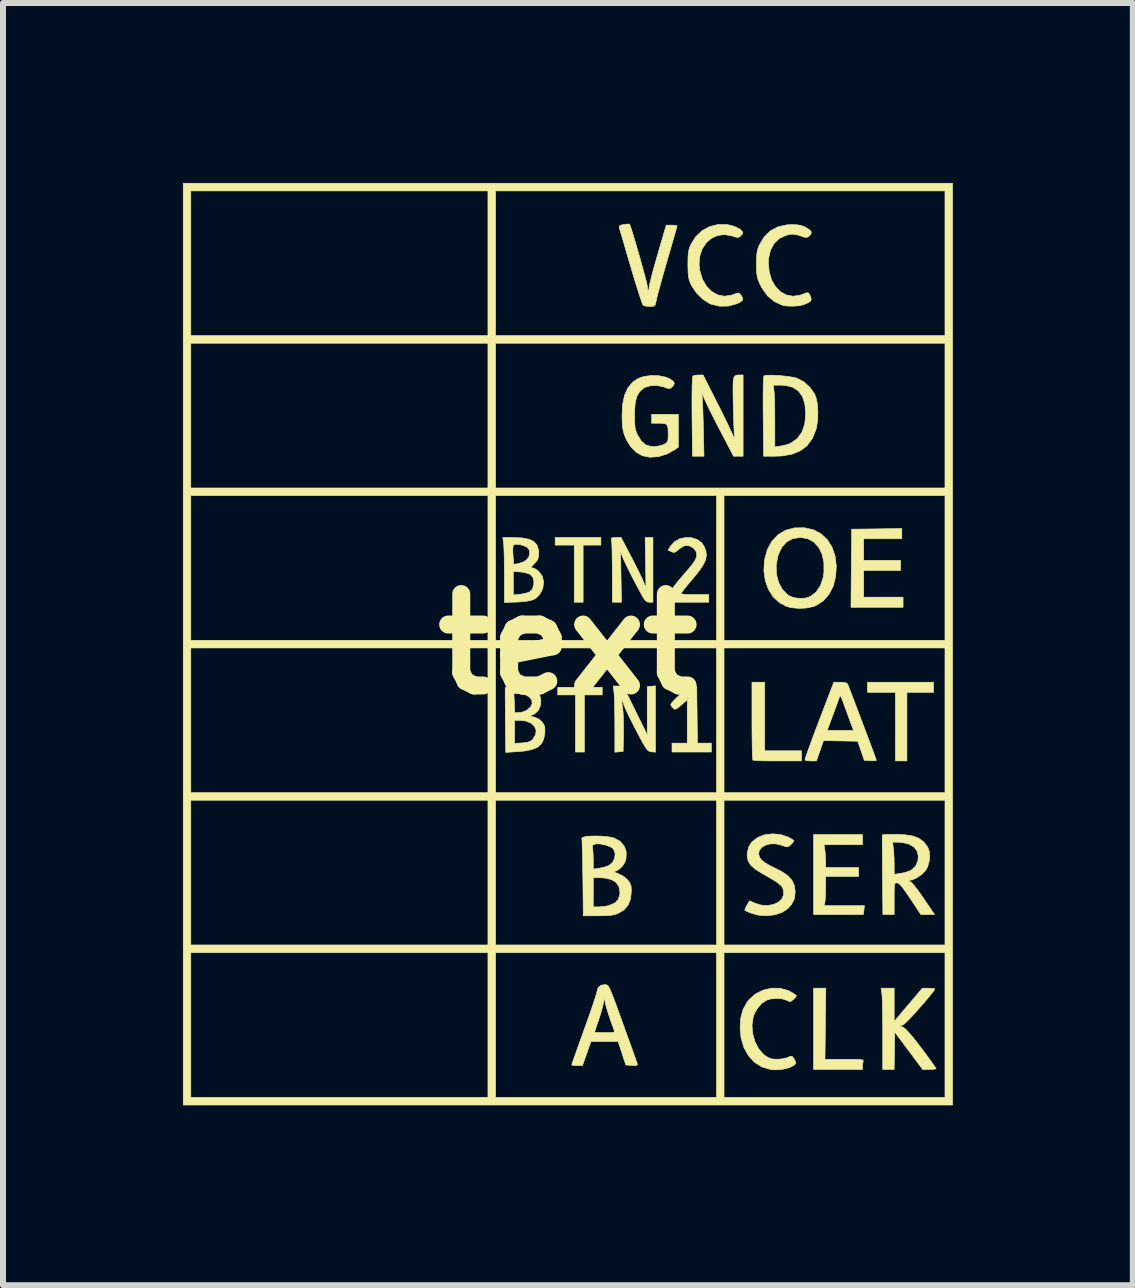
<source format=kicad_pcb>
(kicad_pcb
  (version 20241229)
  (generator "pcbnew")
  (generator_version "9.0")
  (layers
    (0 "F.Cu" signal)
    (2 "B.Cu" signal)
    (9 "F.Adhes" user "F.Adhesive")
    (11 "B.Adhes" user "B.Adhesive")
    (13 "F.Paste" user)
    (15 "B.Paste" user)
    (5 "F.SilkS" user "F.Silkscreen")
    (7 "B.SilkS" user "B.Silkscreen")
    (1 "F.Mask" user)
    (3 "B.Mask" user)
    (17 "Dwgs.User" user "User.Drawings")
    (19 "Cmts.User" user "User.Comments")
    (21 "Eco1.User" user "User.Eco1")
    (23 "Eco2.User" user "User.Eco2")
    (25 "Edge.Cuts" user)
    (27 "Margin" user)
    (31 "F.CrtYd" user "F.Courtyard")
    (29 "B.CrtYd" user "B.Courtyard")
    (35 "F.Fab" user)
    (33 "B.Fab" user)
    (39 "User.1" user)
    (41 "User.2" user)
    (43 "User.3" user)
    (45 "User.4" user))
  (footprint "text"
    (layer "F.Cu")
    (at 6.418 7.689)
    (property "Reference" "text" (at 0 0 0) (layer "F.SilkS") (effects (font (size 1.524 1.524) (thickness 0.3))))
    (attr through_hole)
    (fp_poly (pts (xy 0.55 -1.651) (xy 0.254 -1.651) (xy 0.254 -0.699) (xy 0.106 -0.699) (xy 0.106 -1.651) (xy -0.212 -1.651) (xy -0.212 -1.778) (xy 0.55 -1.778) (xy 0.55 -1.651)) (stroke (width 0.01) (type solid)) (fill yes) (layer "F.SilkS"))
    (fp_poly (pts (xy 0.572 0.847) (xy 0.275 0.847) (xy 0.275 1.799) (xy 0.127 1.799) (xy 0.127 0.847) (xy -0.169 0.847) (xy -0.169 0.72) (xy 0.572 0.72) (xy 0.572 0.847)) (stroke (width 0.01) (type solid)) (fill yes) (layer "F.SilkS"))
    (fp_poly (pts (xy 6.096 0.804) (xy 5.652 0.804) (xy 5.652 1.947) (xy 5.461 1.947) (xy 5.461 0.804) (xy 4.995 0.804) (xy 4.995 0.635) (xy 6.096 0.635) (xy 6.096 0.804)) (stroke (width 0.01) (type solid)) (fill yes) (layer "F.SilkS"))
    (fp_poly (pts (xy 5.567 -1.757) (xy 4.932 -1.757) (xy 4.932 -1.397) (xy 5.546 -1.397) (xy 5.546 -1.228) (xy 4.932 -1.228) (xy 4.932 -0.783) (xy 5.588 -0.783) (xy 5.588 -0.614) (xy 4.72 -0.614) (xy 4.731 -1.916) (xy 5.149 -1.921) (xy 5.567 -1.927) (xy 5.567 -1.757)) (stroke (width 0.01) (type solid)) (fill yes) (layer "F.SilkS"))
    (fp_poly (pts (xy 4.198 5.736) (xy 4.3 5.736) (xy 4.286 6.922) (xy 4.611 6.922) (xy 4.736 6.922) (xy 4.823 6.924) (xy 4.88 6.927) (xy 4.912 6.933) (xy 4.924 6.942) (xy 4.924 6.955) (xy 4.913 7.003) (xy 4.911 7.04) (xy 4.911 7.091) (xy 4.096 7.091) (xy 4.096 5.736) (xy 4.198 5.736)) (stroke (width 0.01) (type solid)) (fill yes) (layer "F.SilkS"))
    (fp_poly (pts (xy 3.281 1.778) (xy 3.895 1.778) (xy 3.895 1.947) (xy 3.496 1.947) (xy 3.37 1.947) (xy 3.259 1.945) (xy 3.17 1.942) (xy 3.109 1.938) (xy 3.083 1.933) (xy 3.083 1.933) (xy 3.08 1.909) (xy 3.077 1.848) (xy 3.074 1.756) (xy 3.072 1.636) (xy 3.07 1.496) (xy 3.069 1.34) (xy 3.069 1.277) (xy 3.069 0.635) (xy 3.281 0.635) (xy 3.281 1.778)) (stroke (width 0.01) (type solid)) (fill yes) (layer "F.SilkS"))
    (fp_poly (pts (xy 4.911 3.175) (xy 4.911 3.344) (xy 4.27 3.344) (xy 4.283 3.424) (xy 4.291 3.494) (xy 4.296 3.579) (xy 4.297 3.614) (xy 4.297 3.725) (xy 4.847 3.725) (xy 4.847 3.873) (xy 4.297 3.873) (xy 4.297 4.069) (xy 4.295 4.162) (xy 4.291 4.242) (xy 4.286 4.299) (xy 4.283 4.313) (xy 4.271 4.36) (xy 4.944 4.36) (xy 4.936 4.434) (xy 4.927 4.508) (xy 4.511 4.508) (xy 4.096 4.508) (xy 4.096 3.175) (xy 4.911 3.175)) (stroke (width 0.01) (type solid)) (fill yes) (layer "F.SilkS"))
    (fp_poly (pts (xy 2.09 0.702) (xy 2.148 0.709) (xy 2.154 1.18) (xy 2.16 1.651) (xy 2.392 1.651) (xy 2.392 1.799) (xy 1.736 1.799) (xy 1.736 1.651) (xy 1.99 1.651) (xy 1.99 0.928) (xy 1.891 1.014) (xy 1.836 1.061) (xy 1.802 1.083) (xy 1.779 1.084) (xy 1.755 1.067) (xy 1.754 1.066) (xy 1.723 1.029) (xy 1.714 1.006) (xy 1.729 0.982) (xy 1.769 0.937) (xy 1.808 0.9) (xy 1.99 0.9) (xy 2 0.91) (xy 2.011 0.9) (xy 2 0.889) (xy 1.99 0.9) (xy 1.808 0.9) (xy 1.828 0.88) (xy 1.873 0.838) (xy 1.952 0.77) (xy 2.008 0.728) (xy 2.05 0.707) (xy 2.085 0.702) (xy 2.09 0.702)) (stroke (width 0.01) (type solid)) (fill yes) (layer "F.SilkS"))
    (fp_poly (pts (xy 1.049 -1.469) (xy 1.108 -1.355) (xy 1.163 -1.245) (xy 1.21 -1.149) (xy 1.245 -1.075) (xy 1.256 -1.048) (xy 1.302 -0.937) (xy 1.295 -1.357) (xy 1.288 -1.778) (xy 1.418 -1.778) (xy 1.418 -0.699) (xy 1.356 -0.699) (xy 1.332 -0.701) (xy 1.31 -0.71) (xy 1.287 -0.733) (xy 1.258 -0.775) (xy 1.221 -0.84) (xy 1.17 -0.934) (xy 1.129 -1.011) (xy 1.07 -1.124) (xy 1.015 -1.233) (xy 0.968 -1.329) (xy 0.934 -1.401) (xy 0.922 -1.429) (xy 0.878 -1.535) (xy 0.886 -1.117) (xy 0.893 -0.699) (xy 0.741 -0.699) (xy 0.741 -1.191) (xy 0.74 -1.333) (xy 0.738 -1.464) (xy 0.736 -1.576) (xy 0.733 -1.662) (xy 0.73 -1.717) (xy 0.727 -1.73) (xy 0.723 -1.761) (xy 0.74 -1.774) (xy 0.786 -1.778) (xy 0.8 -1.778) (xy 0.886 -1.778) (xy 1.049 -1.469)) (stroke (width 0.01) (type solid)) (fill yes) (layer "F.SilkS"))
    (fp_poly (pts (xy 1.46 1.802) (xy 1.392 1.795) (xy 1.366 1.791) (xy 1.343 1.78) (xy 1.32 1.758) (xy 1.292 1.718) (xy 1.255 1.657) (xy 1.206 1.567) (xy 1.15 1.46) (xy 1.09 1.345) (xy 1.035 1.235) (xy 0.988 1.138) (xy 0.955 1.065) (xy 0.941 1.031) (xy 0.92 0.974) (xy 0.905 0.94) (xy 0.9 0.935) (xy 0.899 0.958) (xy 0.905 1.01) (xy 0.913 1.065) (xy 0.92 1.133) (xy 0.925 1.231) (xy 0.927 1.347) (xy 0.927 1.468) (xy 0.927 1.489) (xy 0.921 1.789) (xy 0.852 1.795) (xy 0.783 1.802) (xy 0.783 1.361) (xy 0.782 1.221) (xy 0.78 1.088) (xy 0.778 0.97) (xy 0.774 0.876) (xy 0.77 0.815) (xy 0.769 0.81) (xy 0.756 0.699) (xy 0.922 0.699) (xy 1.323 1.513) (xy 1.323 0.709) (xy 1.46 0.696) (xy 1.46 1.802)) (stroke (width 0.01) (type solid)) (fill yes) (layer "F.SilkS"))
    (fp_poly (pts (xy 5.44 6.291) (xy 5.91 5.736) (xy 6.014 5.736) (xy 6.073 5.739) (xy 6.111 5.745) (xy 6.117 5.749) (xy 6.104 5.774) (xy 6.066 5.824) (xy 6.011 5.892) (xy 5.944 5.972) (xy 5.869 6.057) (xy 5.794 6.142) (xy 5.722 6.22) (xy 5.66 6.284) (xy 5.614 6.328) (xy 5.589 6.347) (xy 5.535 6.366) (xy 5.592 6.389) (xy 5.628 6.416) (xy 5.685 6.476) (xy 5.761 6.566) (xy 5.854 6.684) (xy 5.894 6.737) (xy 5.97 6.839) (xy 6.036 6.929) (xy 6.089 7.003) (xy 6.124 7.053) (xy 6.138 7.076) (xy 6.138 7.077) (xy 6.119 7.085) (xy 6.07 7.09) (xy 6.027 7.091) (xy 5.915 7.091) (xy 5.45 6.469) (xy 5.445 6.78) (xy 5.439 7.091) (xy 5.249 7.091) (xy 5.249 6.512) (xy 5.249 6.354) (xy 5.247 6.205) (xy 5.245 6.072) (xy 5.243 5.961) (xy 5.239 5.879) (xy 5.236 5.834) (xy 5.222 5.736) (xy 5.44 5.736) (xy 5.44 6.291)) (stroke (width 0.01) (type solid)) (fill yes) (layer "F.SilkS"))
    (fp_poly (pts (xy 2.067 -1.773) (xy 2.159 -1.743) (xy 2.233 -1.687) (xy 2.277 -1.619) (xy 2.302 -1.546) (xy 2.309 -1.477) (xy 2.296 -1.407) (xy 2.261 -1.33) (xy 2.202 -1.24) (xy 2.115 -1.129) (xy 2.063 -1.068) (xy 1.996 -0.988) (xy 1.941 -0.92) (xy 1.902 -0.869) (xy 1.884 -0.843) (xy 1.884 -0.841) (xy 1.904 -0.835) (xy 1.957 -0.83) (xy 2.036 -0.826) (xy 2.117 -0.826) (xy 2.349 -0.826) (xy 2.349 -0.699) (xy 1.672 -0.699) (xy 1.672 -0.77) (xy 1.68 -0.814) (xy 1.704 -0.868) (xy 1.748 -0.936) (xy 1.815 -1.023) (xy 1.907 -1.132) (xy 1.994 -1.232) (xy 2.074 -1.327) (xy 2.124 -1.402) (xy 2.147 -1.464) (xy 2.146 -1.519) (xy 2.137 -1.547) (xy 2.093 -1.603) (xy 2.027 -1.638) (xy 1.956 -1.643) (xy 1.944 -1.64) (xy 1.895 -1.615) (xy 1.841 -1.575) (xy 1.837 -1.571) (xy 1.794 -1.536) (xy 1.76 -1.529) (xy 1.724 -1.542) (xy 1.668 -1.567) (xy 1.712 -1.635) (xy 1.78 -1.709) (xy 1.868 -1.757) (xy 1.967 -1.778) (xy 2.067 -1.773)) (stroke (width 0.01) (type solid)) (fill yes) (layer "F.SilkS"))
    (fp_poly (pts (xy 3.534 5.737) (xy 3.667 5.773) (xy 3.707 5.792) (xy 3.763 5.826) (xy 3.801 5.852) (xy 3.81 5.863) (xy 3.796 5.886) (xy 3.762 5.922) (xy 3.76 5.923) (xy 3.723 5.954) (xy 3.691 5.957) (xy 3.649 5.938) (xy 3.571 5.914) (xy 3.472 5.907) (xy 3.374 5.917) (xy 3.316 5.935) (xy 3.237 5.986) (xy 3.164 6.066) (xy 3.109 6.162) (xy 3.09 6.215) (xy 3.07 6.351) (xy 3.08 6.492) (xy 3.119 6.628) (xy 3.181 6.749) (xy 3.265 6.843) (xy 3.284 6.858) (xy 3.348 6.898) (xy 3.409 6.917) (xy 3.49 6.921) (xy 3.49 6.921) (xy 3.569 6.915) (xy 3.641 6.9) (xy 3.671 6.889) (xy 3.71 6.871) (xy 3.737 6.872) (xy 3.761 6.899) (xy 3.791 6.95) (xy 3.801 6.987) (xy 3.775 7.018) (xy 3.692 7.061) (xy 3.583 7.088) (xy 3.465 7.098) (xy 3.376 7.091) (xy 3.234 7.049) (xy 3.111 6.971) (xy 3.011 6.863) (xy 2.935 6.727) (xy 2.888 6.569) (xy 2.871 6.403) (xy 2.882 6.233) (xy 2.921 6.09) (xy 2.989 5.967) (xy 3.021 5.927) (xy 3.127 5.833) (xy 3.254 5.769) (xy 3.393 5.736) (xy 3.534 5.737)) (stroke (width 0.01) (type solid)) (fill yes) (layer "F.SilkS"))
    (fp_poly (pts (xy 4.613 0.639) (xy 4.651 0.652) (xy 4.667 0.672) (xy 4.699 0.756) (xy 4.74 0.862) (xy 4.787 0.985) (xy 4.838 1.12) (xy 4.891 1.261) (xy 4.944 1.401) (xy 4.995 1.537) (xy 5.042 1.661) (xy 5.082 1.769) (xy 5.114 1.855) (xy 5.135 1.913) (xy 5.143 1.937) (xy 5.144 1.937) (xy 5.125 1.943) (xy 5.076 1.945) (xy 5.043 1.943) (xy 4.942 1.937) (xy 4.887 1.778) (xy 4.832 1.619) (xy 4.262 1.608) (xy 4.203 1.777) (xy 4.144 1.947) (xy 4.052 1.947) (xy 3.994 1.944) (xy 3.958 1.936) (xy 3.952 1.931) (xy 3.957 1.909) (xy 3.976 1.851) (xy 4.007 1.764) (xy 4.048 1.651) (xy 4.097 1.518) (xy 4.127 1.439) (xy 4.323 1.439) (xy 4.762 1.439) (xy 4.686 1.233) (xy 4.65 1.134) (xy 4.615 1.039) (xy 4.587 0.962) (xy 4.577 0.932) (xy 4.555 0.881) (xy 4.539 0.863) (xy 4.533 0.868) (xy 4.522 0.899) (xy 4.5 0.961) (xy 4.469 1.046) (xy 4.432 1.145) (xy 4.423 1.169) (xy 4.323 1.439) (xy 4.127 1.439) (xy 4.153 1.37) (xy 4.189 1.275) (xy 4.434 0.635) (xy 4.543 0.635) (xy 4.613 0.639)) (stroke (width 0.01) (type solid)) (fill yes) (layer "F.SilkS"))
    (fp_poly (pts (xy 2.658 -6.994) (xy 2.734 -6.977) (xy 2.806 -6.951) (xy 2.866 -6.919) (xy 2.889 -6.9) (xy 2.915 -6.867) (xy 2.913 -6.843) (xy 2.886 -6.813) (xy 2.858 -6.788) (xy 2.831 -6.78) (xy 2.79 -6.788) (xy 2.739 -6.805) (xy 2.613 -6.828) (xy 2.496 -6.814) (xy 2.392 -6.766) (xy 2.305 -6.69) (xy 2.239 -6.589) (xy 2.198 -6.469) (xy 2.187 -6.333) (xy 2.199 -6.228) (xy 2.243 -6.084) (xy 2.311 -5.967) (xy 2.398 -5.878) (xy 2.499 -5.822) (xy 2.61 -5.801) (xy 2.727 -5.817) (xy 2.763 -5.83) (xy 2.816 -5.851) (xy 2.847 -5.853) (xy 2.871 -5.836) (xy 2.884 -5.82) (xy 2.914 -5.772) (xy 2.913 -5.736) (xy 2.876 -5.704) (xy 2.817 -5.675) (xy 2.675 -5.636) (xy 2.528 -5.634) (xy 2.387 -5.668) (xy 2.36 -5.68) (xy 2.246 -5.753) (xy 2.142 -5.857) (xy 2.061 -5.98) (xy 2.047 -6.008) (xy 2.025 -6.064) (xy 2.011 -6.124) (xy 2.004 -6.201) (xy 2.001 -6.306) (xy 2.001 -6.329) (xy 2.002 -6.437) (xy 2.008 -6.516) (xy 2.019 -6.578) (xy 2.039 -6.635) (xy 2.05 -6.662) (xy 2.131 -6.792) (xy 2.238 -6.893) (xy 2.366 -6.962) (xy 2.508 -6.997) (xy 2.658 -6.994)) (stroke (width 0.01) (type solid)) (fill yes) (layer "F.SilkS"))
    (fp_poly (pts (xy 3.456 -4.482) (xy 3.553 -4.475) (xy 3.651 -4.465) (xy 3.739 -4.452) (xy 3.807 -4.437) (xy 3.819 -4.433) (xy 3.932 -4.374) (xy 4.032 -4.285) (xy 4.108 -4.179) (xy 4.135 -4.117) (xy 4.158 -4.01) (xy 4.168 -3.88) (xy 4.165 -3.744) (xy 4.147 -3.62) (xy 4.136 -3.578) (xy 4.076 -3.429) (xy 3.99 -3.311) (xy 3.878 -3.225) (xy 3.737 -3.167) (xy 3.566 -3.137) (xy 3.449 -3.133) (xy 3.263 -3.133) (xy 3.256 -3.794) (xy 3.255 -3.999) (xy 3.255 -4.169) (xy 3.257 -4.304) (xy 3.257 -4.318) (xy 3.423 -4.318) (xy 3.437 -4.22) (xy 3.441 -4.168) (xy 3.445 -4.082) (xy 3.448 -3.971) (xy 3.449 -3.843) (xy 3.45 -3.707) (xy 3.45 -3.287) (xy 3.554 -3.304) (xy 3.63 -3.32) (xy 3.698 -3.342) (xy 3.718 -3.351) (xy 3.825 -3.428) (xy 3.901 -3.532) (xy 3.948 -3.665) (xy 3.965 -3.827) (xy 3.965 -3.845) (xy 3.951 -4.003) (xy 3.911 -4.128) (xy 3.843 -4.221) (xy 3.748 -4.283) (xy 3.624 -4.314) (xy 3.549 -4.318) (xy 3.423 -4.318) (xy 3.257 -4.318) (xy 3.26 -4.4) (xy 3.265 -4.457) (xy 3.27 -4.473) (xy 3.304 -4.481) (xy 3.369 -4.484) (xy 3.456 -4.482)) (stroke (width 0.01) (type solid)) (fill yes) (layer "F.SilkS"))
    (fp_poly (pts (xy 4.093 -1.906) (xy 4.221 -1.839) (xy 4.325 -1.742) (xy 4.404 -1.617) (xy 4.455 -1.468) (xy 4.475 -1.298) (xy 4.464 -1.129) (xy 4.424 -0.967) (xy 4.353 -0.83) (xy 4.256 -0.72) (xy 4.134 -0.643) (xy 4.088 -0.625) (xy 3.978 -0.602) (xy 3.851 -0.596) (xy 3.727 -0.607) (xy 3.649 -0.627) (xy 3.524 -0.693) (xy 3.42 -0.791) (xy 3.342 -0.916) (xy 3.29 -1.063) (xy 3.268 -1.226) (xy 3.273 -1.319) (xy 3.473 -1.319) (xy 3.477 -1.167) (xy 3.512 -1.029) (xy 3.577 -0.91) (xy 3.67 -0.818) (xy 3.681 -0.81) (xy 3.762 -0.776) (xy 3.861 -0.762) (xy 3.962 -0.767) (xy 4.039 -0.792) (xy 4.138 -0.867) (xy 4.211 -0.974) (xy 4.256 -1.111) (xy 4.269 -1.204) (xy 4.268 -1.363) (xy 4.237 -1.501) (xy 4.18 -1.616) (xy 4.1 -1.703) (xy 3.998 -1.758) (xy 3.877 -1.778) (xy 3.873 -1.778) (xy 3.75 -1.759) (xy 3.646 -1.704) (xy 3.565 -1.613) (xy 3.507 -1.489) (xy 3.504 -1.477) (xy 3.473 -1.319) (xy 3.273 -1.319) (xy 3.278 -1.399) (xy 3.281 -1.417) (xy 3.326 -1.578) (xy 3.401 -1.714) (xy 3.502 -1.822) (xy 3.627 -1.897) (xy 3.771 -1.937) (xy 3.779 -1.938) (xy 3.945 -1.94) (xy 4.093 -1.906)) (stroke (width 0.01) (type solid)) (fill yes) (layer "F.SilkS"))
    (fp_poly (pts (xy 2.921 -3.133) (xy 2.842 -3.133) (xy 2.762 -3.133) (xy 2.541 -3.556) (xy 2.473 -3.687) (xy 2.409 -3.813) (xy 2.353 -3.926) (xy 2.308 -4.019) (xy 2.277 -4.086) (xy 2.271 -4.101) (xy 2.248 -4.153) (xy 2.235 -4.174) (xy 2.234 -4.161) (xy 2.235 -4.159) (xy 2.239 -4.12) (xy 2.243 -4.046) (xy 2.248 -3.943) (xy 2.253 -3.819) (xy 2.257 -3.681) (xy 2.258 -3.614) (xy 2.269 -3.133) (xy 2.077 -3.133) (xy 2.07 -3.794) (xy 2.069 -3.999) (xy 2.069 -4.169) (xy 2.071 -4.303) (xy 2.075 -4.399) (xy 2.08 -4.455) (xy 2.085 -4.471) (xy 2.119 -4.482) (xy 2.174 -4.487) (xy 2.18 -4.487) (xy 2.254 -4.487) (xy 2.471 -4.058) (xy 2.538 -3.926) (xy 2.601 -3.799) (xy 2.657 -3.683) (xy 2.703 -3.587) (xy 2.735 -3.519) (xy 2.742 -3.503) (xy 2.767 -3.448) (xy 2.781 -3.42) (xy 2.782 -3.427) (xy 2.782 -3.429) (xy 2.777 -3.465) (xy 2.772 -3.536) (xy 2.767 -3.637) (xy 2.763 -3.759) (xy 2.759 -3.896) (xy 2.757 -3.966) (xy 2.754 -4.128) (xy 2.753 -4.252) (xy 2.754 -4.343) (xy 2.759 -4.407) (xy 2.769 -4.449) (xy 2.785 -4.472) (xy 2.808 -4.483) (xy 2.838 -4.487) (xy 2.863 -4.487) (xy 2.921 -4.487) (xy 2.921 -3.133)) (stroke (width 0.01) (type solid)) (fill yes) (layer "F.SilkS"))
    (fp_poly (pts (xy 3.82 -6.991) (xy 3.888 -6.98) (xy 3.947 -6.958) (xy 3.974 -6.943) (xy 4.036 -6.903) (xy 4.06 -6.869) (xy 4.049 -6.834) (xy 4.024 -6.807) (xy 3.996 -6.786) (xy 3.966 -6.781) (xy 3.92 -6.792) (xy 3.885 -6.804) (xy 3.807 -6.827) (xy 3.747 -6.835) (xy 3.686 -6.827) (xy 3.636 -6.815) (xy 3.524 -6.763) (xy 3.437 -6.679) (xy 3.377 -6.567) (xy 3.346 -6.429) (xy 3.342 -6.357) (xy 3.357 -6.203) (xy 3.398 -6.069) (xy 3.462 -5.958) (xy 3.545 -5.874) (xy 3.644 -5.82) (xy 3.754 -5.8) (xy 3.872 -5.818) (xy 3.909 -5.831) (xy 3.969 -5.855) (xy 4.004 -5.858) (xy 4.025 -5.838) (xy 4.044 -5.797) (xy 4.057 -5.755) (xy 4.051 -5.725) (xy 4.02 -5.699) (xy 3.956 -5.67) (xy 3.926 -5.658) (xy 3.858 -5.643) (xy 3.768 -5.635) (xy 3.673 -5.636) (xy 3.593 -5.646) (xy 3.577 -5.65) (xy 3.443 -5.711) (xy 3.329 -5.807) (xy 3.234 -5.94) (xy 3.198 -6.01) (xy 3.172 -6.072) (xy 3.156 -6.13) (xy 3.147 -6.196) (xy 3.144 -6.286) (xy 3.144 -6.339) (xy 3.146 -6.45) (xy 3.153 -6.531) (xy 3.168 -6.594) (xy 3.188 -6.646) (xy 3.271 -6.786) (xy 3.376 -6.89) (xy 3.504 -6.958) (xy 3.655 -6.991) (xy 3.725 -6.994) (xy 3.82 -6.991)) (stroke (width 0.01) (type solid)) (fill yes) (layer "F.SilkS"))
    (fp_poly (pts (xy 1.024 -7.003) (xy 1.029 -7.001) (xy 1.039 -6.976) (xy 1.059 -6.917) (xy 1.086 -6.831) (xy 1.118 -6.724) (xy 1.153 -6.604) (xy 1.19 -6.478) (xy 1.225 -6.351) (xy 1.258 -6.231) (xy 1.287 -6.125) (xy 1.309 -6.04) (xy 1.322 -5.982) (xy 1.324 -5.969) (xy 1.342 -5.853) (xy 1.356 -5.96) (xy 1.366 -6.012) (xy 1.387 -6.096) (xy 1.415 -6.206) (xy 1.45 -6.334) (xy 1.49 -6.472) (xy 1.505 -6.526) (xy 1.64 -6.985) (xy 1.73 -6.985) (xy 1.785 -6.983) (xy 1.817 -6.976) (xy 1.82 -6.973) (xy 1.815 -6.951) (xy 1.799 -6.893) (xy 1.774 -6.805) (xy 1.741 -6.692) (xy 1.703 -6.559) (xy 1.66 -6.412) (xy 1.653 -6.386) (xy 1.608 -6.232) (xy 1.567 -6.087) (xy 1.532 -5.958) (xy 1.502 -5.849) (xy 1.482 -5.769) (xy 1.471 -5.722) (xy 1.471 -5.72) (xy 1.46 -5.664) (xy 1.442 -5.638) (xy 1.404 -5.631) (xy 1.369 -5.631) (xy 1.308 -5.634) (xy 1.263 -5.643) (xy 1.257 -5.647) (xy 1.245 -5.67) (xy 1.223 -5.729) (xy 1.193 -5.819) (xy 1.156 -5.934) (xy 1.114 -6.069) (xy 1.069 -6.22) (xy 1.049 -6.287) (xy 1.003 -6.443) (xy 0.961 -6.588) (xy 0.924 -6.715) (xy 0.893 -6.819) (xy 0.87 -6.896) (xy 0.858 -6.939) (xy 0.856 -6.946) (xy 0.858 -6.971) (xy 0.89 -6.987) (xy 0.932 -6.996) (xy 0.988 -7.003) (xy 1.024 -7.003)) (stroke (width 0.01) (type solid)) (fill yes) (layer "F.SilkS"))
    (fp_poly (pts (xy 1.515 -4.475) (xy 1.629 -4.452) (xy 1.688 -4.428) (xy 1.751 -4.388) (xy 1.775 -4.351) (xy 1.761 -4.313) (xy 1.737 -4.287) (xy 1.709 -4.266) (xy 1.682 -4.261) (xy 1.639 -4.272) (xy 1.6 -4.287) (xy 1.494 -4.311) (xy 1.386 -4.31) (xy 1.291 -4.283) (xy 1.253 -4.261) (xy 1.194 -4.205) (xy 1.152 -4.136) (xy 1.126 -4.045) (xy 1.114 -3.926) (xy 1.111 -3.821) (xy 1.112 -3.713) (xy 1.117 -3.636) (xy 1.126 -3.579) (xy 1.143 -3.529) (xy 1.164 -3.483) (xy 1.226 -3.384) (xy 1.297 -3.323) (xy 1.383 -3.296) (xy 1.436 -3.293) (xy 1.513 -3.302) (xy 1.586 -3.323) (xy 1.603 -3.331) (xy 1.64 -3.352) (xy 1.66 -3.375) (xy 1.67 -3.411) (xy 1.672 -3.474) (xy 1.672 -3.512) (xy 1.67 -3.596) (xy 1.658 -3.647) (xy 1.627 -3.673) (xy 1.569 -3.682) (xy 1.501 -3.683) (xy 1.397 -3.683) (xy 1.397 -3.831) (xy 1.841 -3.831) (xy 1.841 -3.284) (xy 1.783 -3.243) (xy 1.65 -3.169) (xy 1.509 -3.126) (xy 1.369 -3.116) (xy 1.242 -3.141) (xy 1.238 -3.142) (xy 1.14 -3.199) (xy 1.05 -3.289) (xy 0.977 -3.405) (xy 0.952 -3.462) (xy 0.928 -3.533) (xy 0.913 -3.605) (xy 0.906 -3.691) (xy 0.903 -3.806) (xy 0.903 -3.81) (xy 0.913 -3.997) (xy 0.945 -4.15) (xy 1 -4.272) (xy 1.08 -4.367) (xy 1.171 -4.429) (xy 1.269 -4.463) (xy 1.389 -4.478) (xy 1.515 -4.475)) (stroke (width 0.01) (type solid)) (fill yes) (layer "F.SilkS"))
    (fp_poly (pts (xy -0.709 0.717) (xy -0.608 0.743) (xy -0.532 0.779) (xy -0.517 0.79) (xy -0.468 0.857) (xy -0.449 0.94) (xy -0.458 1.027) (xy -0.493 1.105) (xy -0.553 1.162) (xy -0.576 1.173) (xy -0.641 1.201) (xy -0.565 1.215) (xy -0.484 1.25) (xy -0.433 1.296) (xy -0.401 1.34) (xy -0.385 1.383) (xy -0.383 1.442) (xy -0.385 1.486) (xy -0.403 1.585) (xy -0.442 1.662) (xy -0.507 1.719) (xy -0.602 1.758) (xy -0.731 1.783) (xy -0.836 1.792) (xy -1.036 1.805) (xy -1.042 1.27) (xy -0.889 1.27) (xy -0.889 1.656) (xy -0.759 1.647) (xy -0.68 1.638) (xy -0.63 1.622) (xy -0.592 1.594) (xy -0.579 1.579) (xy -0.536 1.505) (xy -0.531 1.432) (xy -0.56 1.367) (xy -0.62 1.315) (xy -0.707 1.281) (xy -0.804 1.27) (xy -0.889 1.27) (xy -1.042 1.27) (xy -1.042 1.268) (xy -1.043 1.122) (xy -1.044 0.99) (xy -1.045 0.879) (xy -1.045 0.825) (xy -0.9 0.825) (xy -0.893 0.984) (xy -0.886 1.143) (xy -0.819 1.143) (xy -0.754 1.131) (xy -0.687 1.104) (xy -0.683 1.101) (xy -0.62 1.046) (xy -0.595 0.987) (xy -0.604 0.928) (xy -0.645 0.878) (xy -0.714 0.842) (xy -0.808 0.826) (xy -0.822 0.825) (xy -0.9 0.825) (xy -1.045 0.825) (xy -1.045 0.793) (xy -1.045 0.74) (xy -1.045 0.724) (xy -1.024 0.718) (xy -0.973 0.711) (xy -0.928 0.705) (xy -0.82 0.703) (xy -0.709 0.717)) (stroke (width 0.01) (type solid)) (fill yes) (layer "F.SilkS"))
    (fp_poly (pts (xy 3.547 3.175) (xy 3.667 3.215) (xy 3.667 3.215) (xy 3.723 3.245) (xy 3.76 3.269) (xy 3.768 3.279) (xy 3.754 3.303) (xy 3.72 3.34) (xy 3.716 3.343) (xy 3.684 3.371) (xy 3.656 3.38) (xy 3.617 3.372) (xy 3.568 3.354) (xy 3.47 3.33) (xy 3.377 3.33) (xy 3.296 3.351) (xy 3.233 3.389) (xy 3.192 3.439) (xy 3.179 3.498) (xy 3.2 3.563) (xy 3.228 3.599) (xy 3.278 3.639) (xy 3.35 3.683) (xy 3.415 3.716) (xy 3.557 3.787) (xy 3.662 3.857) (xy 3.732 3.933) (xy 3.773 4.017) (xy 3.788 4.115) (xy 3.789 4.137) (xy 3.775 4.247) (xy 3.728 4.34) (xy 3.669 4.407) (xy 3.574 4.471) (xy 3.454 4.512) (xy 3.32 4.529) (xy 3.182 4.52) (xy 3.061 4.487) (xy 3.002 4.463) (xy 2.96 4.444) (xy 2.95 4.438) (xy 2.954 4.416) (xy 2.974 4.372) (xy 2.985 4.354) (xy 3.029 4.279) (xy 3.118 4.319) (xy 3.222 4.351) (xy 3.327 4.358) (xy 3.425 4.341) (xy 3.507 4.304) (xy 3.567 4.249) (xy 3.597 4.178) (xy 3.598 4.156) (xy 3.595 4.108) (xy 3.583 4.068) (xy 3.558 4.03) (xy 3.513 3.99) (xy 3.445 3.943) (xy 3.348 3.886) (xy 3.239 3.824) (xy 3.125 3.753) (xy 3.048 3.685) (xy 3.004 3.613) (xy 2.989 3.533) (xy 2.99 3.486) (xy 3.014 3.382) (xy 3.067 3.299) (xy 3.156 3.23) (xy 3.177 3.218) (xy 3.287 3.177) (xy 3.416 3.163) (xy 3.547 3.175)) (stroke (width 0.01) (type solid)) (fill yes) (layer "F.SilkS"))
    (fp_poly (pts (xy -0.918 -1.778) (xy -0.765 -1.771) (xy -0.648 -1.748) (xy -0.566 -1.708) (xy -0.514 -1.65) (xy -0.49 -1.57) (xy -0.487 -1.523) (xy -0.491 -1.451) (xy -0.508 -1.402) (xy -0.546 -1.356) (xy -0.55 -1.351) (xy -0.595 -1.305) (xy -0.611 -1.28) (xy -0.601 -1.271) (xy -0.582 -1.27) (xy -0.548 -1.257) (xy -0.5 -1.224) (xy -0.485 -1.211) (xy -0.427 -1.133) (xy -0.404 -1.038) (xy -0.417 -0.937) (xy -0.444 -0.873) (xy -0.489 -0.807) (xy -0.541 -0.76) (xy -0.611 -0.73) (xy -0.705 -0.712) (xy -0.832 -0.702) (xy -0.841 -0.702) (xy -1.058 -0.694) (xy -1.058 -0.82) (xy -0.91 -0.82) (xy -0.796 -0.831) (xy -0.723 -0.843) (xy -0.66 -0.861) (xy -0.637 -0.871) (xy -0.589 -0.921) (xy -0.568 -0.998) (xy -0.567 -1.046) (xy -0.585 -1.117) (xy -0.634 -1.166) (xy -0.719 -1.194) (xy -0.782 -1.202) (xy -0.91 -1.212) (xy -0.91 -0.82) (xy -1.058 -0.82) (xy -1.058 -1.138) (xy -1.059 -1.277) (xy -1.061 -1.409) (xy -1.063 -1.524) (xy -1.065 -1.552) (xy -0.919 -1.552) (xy -0.915 -1.485) (xy -0.904 -1.33) (xy -0.828 -1.343) (xy -0.759 -1.364) (xy -0.7 -1.394) (xy -0.699 -1.395) (xy -0.654 -1.447) (xy -0.636 -1.51) (xy -0.645 -1.572) (xy -0.681 -1.616) (xy -0.739 -1.643) (xy -0.807 -1.66) (xy -0.868 -1.665) (xy -0.903 -1.657) (xy -0.916 -1.624) (xy -0.919 -1.552) (xy -1.065 -1.552) (xy -1.067 -1.615) (xy -1.071 -1.673) (xy -1.072 -1.68) (xy -1.085 -1.778) (xy -0.918 -1.778)) (stroke (width 0.01) (type solid)) (fill yes) (layer "F.SilkS"))
    (fp_poly (pts (xy 5.619 3.178) (xy 5.746 3.198) (xy 5.846 3.235) (xy 5.924 3.29) (xy 5.947 3.314) (xy 6 3.387) (xy 6.026 3.46) (xy 6.031 3.55) (xy 6.028 3.599) (xy 5.997 3.716) (xy 5.96 3.778) (xy 5.902 3.837) (xy 5.827 3.89) (xy 5.751 3.927) (xy 5.7 3.938) (xy 5.678 3.942) (xy 5.694 3.953) (xy 5.708 3.958) (xy 5.735 3.982) (xy 5.781 4.034) (xy 5.838 4.108) (xy 5.903 4.198) (xy 5.933 4.243) (xy 6.113 4.508) (xy 5.884 4.508) (xy 5.71 4.244) (xy 5.637 4.137) (xy 5.582 4.061) (xy 5.542 4.013) (xy 5.511 3.987) (xy 5.487 3.98) (xy 5.468 3.981) (xy 5.454 3.99) (xy 5.446 4.014) (xy 5.442 4.059) (xy 5.44 4.132) (xy 5.44 4.24) (xy 5.44 4.508) (xy 5.252 4.508) (xy 5.245 3.847) (xy 5.244 3.684) (xy 5.243 3.536) (xy 5.242 3.406) (xy 5.241 3.302) (xy 5.413 3.302) (xy 5.426 3.4) (xy 5.433 3.471) (xy 5.438 3.565) (xy 5.44 3.662) (xy 5.44 3.668) (xy 5.44 3.837) (xy 5.551 3.822) (xy 5.629 3.805) (xy 5.702 3.78) (xy 5.727 3.767) (xy 5.797 3.702) (xy 5.835 3.614) (xy 5.842 3.537) (xy 5.823 3.45) (xy 5.768 3.381) (xy 5.681 3.332) (xy 5.566 3.306) (xy 5.495 3.302) (xy 5.413 3.302) (xy 5.241 3.302) (xy 5.241 3.301) (xy 5.241 3.226) (xy 5.241 3.185) (xy 5.241 3.18) (xy 5.262 3.177) (xy 5.316 3.175) (xy 5.394 3.173) (xy 5.457 3.172) (xy 5.619 3.178)) (stroke (width 0.01) (type solid)) (fill yes) (layer "F.SilkS"))
    (fp_poly (pts (xy 0.638 5.679) (xy 0.654 5.685) (xy 0.67 5.699) (xy 0.687 5.725) (xy 0.708 5.767) (xy 0.734 5.83) (xy 0.767 5.916) (xy 0.81 6.031) (xy 0.863 6.178) (xy 0.914 6.318) (xy 0.97 6.475) (xy 1.023 6.62) (xy 1.069 6.748) (xy 1.107 6.854) (xy 1.135 6.934) (xy 1.152 6.981) (xy 1.155 6.992) (xy 1.158 7.014) (xy 1.14 7.024) (xy 1.093 7.025) (xy 1.067 7.023) (xy 0.966 7.017) (xy 0.902 6.821) (xy 0.838 6.625) (xy 0.385 6.625) (xy 0.314 6.826) (xy 0.243 7.027) (xy 0.153 7.027) (xy 0.098 7.025) (xy 0.067 7.018) (xy 0.064 7.015) (xy 0.07 6.992) (xy 0.09 6.935) (xy 0.121 6.848) (xy 0.16 6.737) (xy 0.207 6.606) (xy 0.256 6.47) (xy 0.445 6.47) (xy 0.464 6.473) (xy 0.516 6.476) (xy 0.59 6.477) (xy 0.616 6.477) (xy 0.701 6.476) (xy 0.75 6.472) (xy 0.773 6.464) (xy 0.776 6.449) (xy 0.773 6.44) (xy 0.738 6.348) (xy 0.702 6.245) (xy 0.668 6.142) (xy 0.641 6.052) (xy 0.624 5.988) (xy 0.623 5.98) (xy 0.607 5.895) (xy 0.591 5.99) (xy 0.576 6.054) (xy 0.552 6.142) (xy 0.522 6.239) (xy 0.51 6.275) (xy 0.481 6.357) (xy 0.459 6.423) (xy 0.447 6.463) (xy 0.445 6.47) (xy 0.256 6.47) (xy 0.259 6.46) (xy 0.275 6.417) (xy 0.329 6.266) (xy 0.378 6.127) (xy 0.42 6.004) (xy 0.453 5.903) (xy 0.476 5.83) (xy 0.486 5.79) (xy 0.487 5.785) (xy 0.505 5.725) (xy 0.554 5.686) (xy 0.62 5.677) (xy 0.638 5.679)) (stroke (width 0.01) (type solid)) (fill yes) (layer "F.SilkS"))
    (fp_poly (pts (xy 0.545 3.201) (xy 0.638 3.208) (xy 0.719 3.22) (xy 0.772 3.234) (xy 0.871 3.288) (xy 0.939 3.367) (xy 0.973 3.464) (xy 0.969 3.573) (xy 0.953 3.63) (xy 0.917 3.691) (xy 0.863 3.746) (xy 0.806 3.782) (xy 0.775 3.79) (xy 0.767 3.796) (xy 0.794 3.81) (xy 0.829 3.822) (xy 0.93 3.872) (xy 0.993 3.927) (xy 1.033 3.98) (xy 1.053 4.032) (xy 1.058 4.101) (xy 1.058 4.116) (xy 1.045 4.249) (xy 1.003 4.353) (xy 0.93 4.434) (xy 0.836 4.49) (xy 0.786 4.508) (xy 0.726 4.52) (xy 0.644 4.527) (xy 0.532 4.529) (xy 0.504 4.529) (xy 0.257 4.53) (xy 0.255 4.381) (xy 0.423 4.381) (xy 0.513 4.381) (xy 0.595 4.375) (xy 0.676 4.361) (xy 0.685 4.358) (xy 0.782 4.316) (xy 0.842 4.253) (xy 0.867 4.166) (xy 0.868 4.142) (xy 0.852 4.044) (xy 0.802 3.971) (xy 0.719 3.923) (xy 0.602 3.898) (xy 0.524 3.895) (xy 0.423 3.895) (xy 0.423 4.381) (xy 0.255 4.381) (xy 0.25 3.9) (xy 0.247 3.74) (xy 0.245 3.592) (xy 0.242 3.463) (xy 0.239 3.382) (xy 0.408 3.382) (xy 0.41 3.393) (xy 0.416 3.437) (xy 0.421 3.508) (xy 0.423 3.592) (xy 0.423 3.595) (xy 0.423 3.751) (xy 0.524 3.736) (xy 0.598 3.721) (xy 0.664 3.699) (xy 0.682 3.691) (xy 0.744 3.64) (xy 0.78 3.569) (xy 0.788 3.493) (xy 0.764 3.424) (xy 0.751 3.407) (xy 0.703 3.376) (xy 0.63 3.35) (xy 0.549 3.333) (xy 0.477 3.329) (xy 0.452 3.333) (xy 0.413 3.35) (xy 0.408 3.382) (xy 0.239 3.382) (xy 0.239 3.359) (xy 0.236 3.283) (xy 0.233 3.243) (xy 0.232 3.239) (xy 0.246 3.222) (xy 0.293 3.209) (xy 0.364 3.202) (xy 0.451 3.199) (xy 0.545 3.201)) (stroke (width 0.01) (type solid)) (fill yes) (layer "F.SilkS"))
    (fp_poly (pts (xy 6.413 7.684) (xy -6.413 7.684) (xy -6.413 5.144) (xy -6.287 5.144) (xy -6.287 7.556) (xy -1.333 7.556) (xy -1.333 5.144) (xy -1.206 5.144) (xy -1.206 7.556) (xy 2.477 7.556) (xy 2.477 5.144) (xy 2.603 5.144) (xy 2.603 7.556) (xy 6.287 7.556) (xy 6.287 5.144) (xy 2.603 5.144) (xy 2.477 5.144) (xy -1.206 5.144) (xy -1.333 5.144) (xy -6.287 5.144) (xy -6.413 5.144) (xy -6.413 2.603) (xy -6.287 2.603) (xy -6.287 5.016) (xy -1.333 5.016) (xy -1.333 2.603) (xy -1.206 2.603) (xy -1.206 5.016) (xy 2.477 5.016) (xy 2.477 2.603) (xy 2.603 2.603) (xy 2.603 5.016) (xy 6.287 5.016) (xy 6.287 2.603) (xy 2.603 2.603) (xy 2.477 2.603) (xy -1.206 2.603) (xy -1.333 2.603) (xy -6.287 2.603) (xy -6.413 2.603) (xy -6.413 0.064) (xy -6.287 0.064) (xy -6.287 2.477) (xy -1.333 2.477) (xy -1.333 0.064) (xy -1.206 0.064) (xy -1.206 2.477) (xy 2.477 2.477) (xy 2.477 0.064) (xy 2.603 0.064) (xy 2.603 2.477) (xy 6.287 2.477) (xy 6.287 0.064) (xy 2.603 0.064) (xy 2.477 0.064) (xy -1.206 0.064) (xy -1.333 0.064) (xy -6.287 0.064) (xy -6.413 0.064) (xy -6.413 -2.477) (xy -6.287 -2.477) (xy -6.287 -0.064) (xy -1.333 -0.064) (xy -1.333 -2.477) (xy -1.206 -2.477) (xy -1.206 -0.064) (xy 2.477 -0.064) (xy 2.477 -2.477) (xy 2.603 -2.477) (xy 2.603 -0.064) (xy 6.287 -0.064) (xy 6.287 -2.477) (xy 2.603 -2.477) (xy 2.477 -2.477) (xy -1.206 -2.477) (xy -1.333 -2.477) (xy -6.287 -2.477) (xy -6.413 -2.477) (xy -6.413 -5.016) (xy -6.287 -5.016) (xy -6.287 -2.603) (xy -1.333 -2.603) (xy -1.333 -5.016) (xy -1.206 -5.016) (xy -1.206 -2.603) (xy 6.287 -2.603) (xy 6.287 -5.016) (xy -1.206 -5.016) (xy -1.333 -5.016) (xy -6.287 -5.016) (xy -6.413 -5.016) (xy -6.413 -7.556) (xy -6.287 -7.556) (xy -6.287 -5.144) (xy -1.333 -5.144) (xy -1.333 -7.556) (xy -1.206 -7.556) (xy -1.206 -5.144) (xy 6.287 -5.144) (xy 6.287 -7.556) (xy -1.206 -7.556) (xy -1.333 -7.556) (xy -6.287 -7.556) (xy -6.413 -7.556) (xy -6.413 -7.684) (xy 6.413 -7.684) (xy 6.413 7.684)) (stroke (width 0.01) (type solid)) (fill yes) (layer "F.SilkS")))
  (gr_rect
    (start -3 -3)
    (end 15.837 18.377)
    (stroke (width 0.1) (type default))
    (fill no)
    (layer "Edge.Cuts")))
</source>
